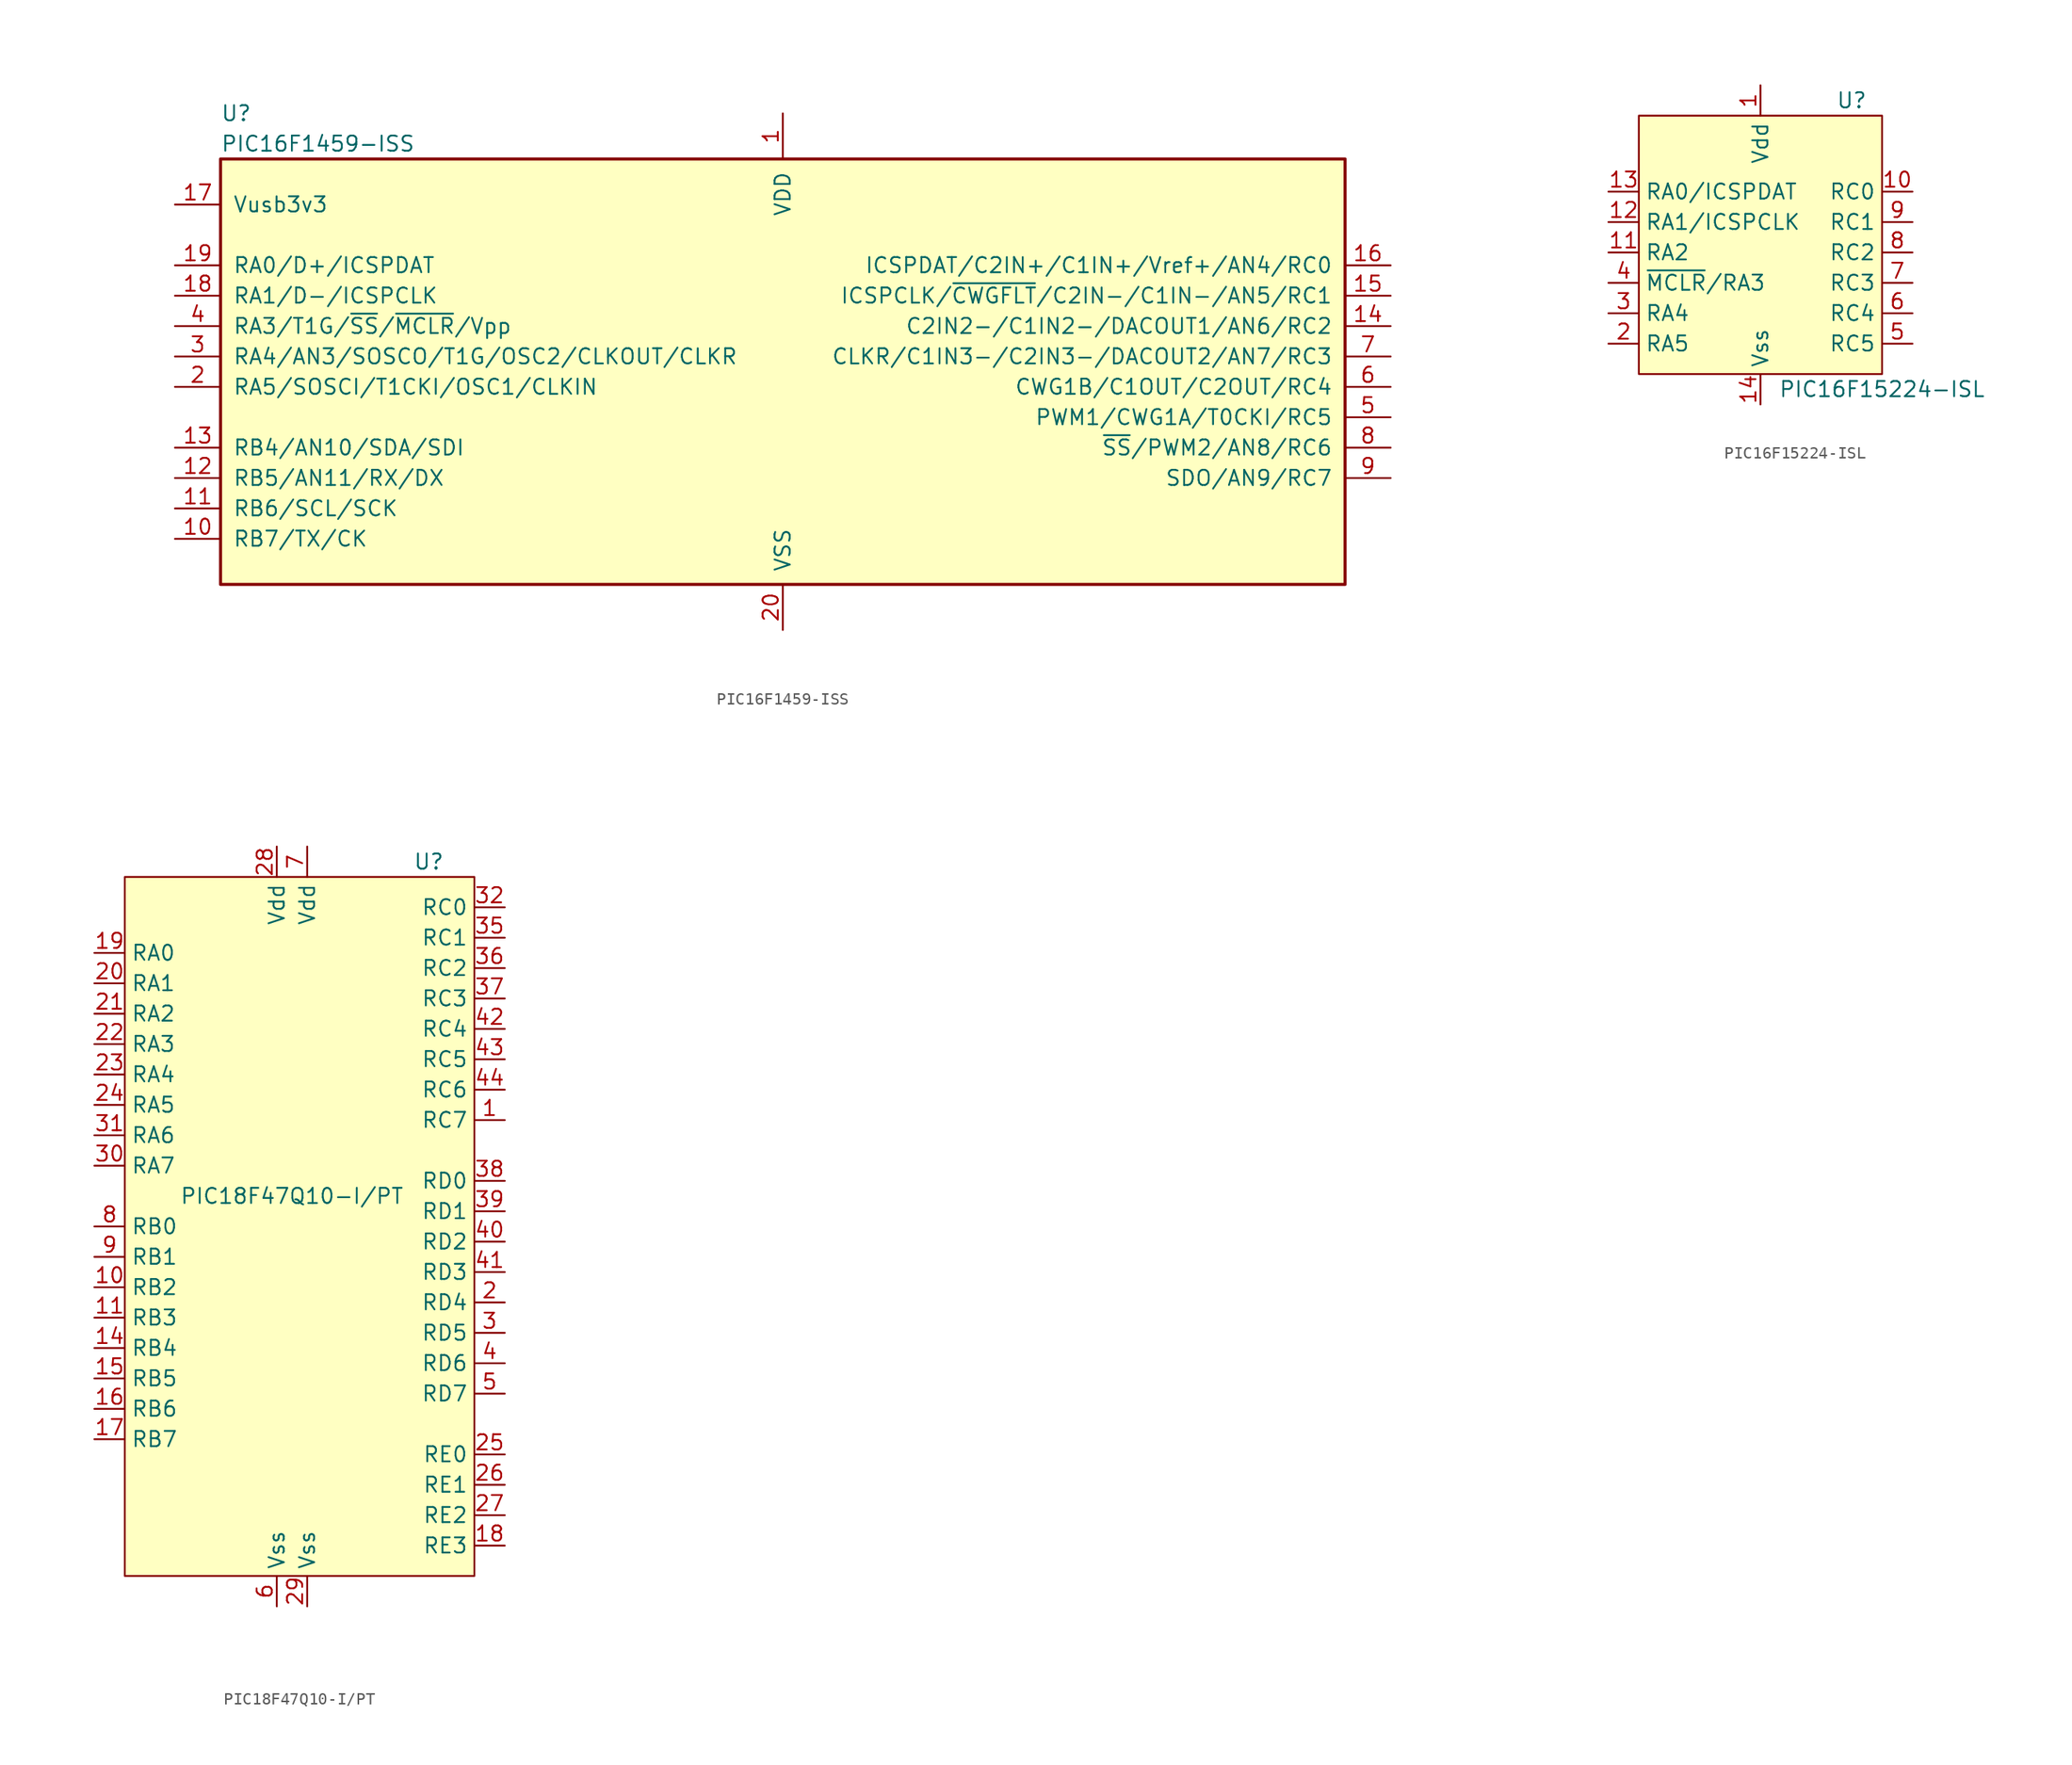
<source format=kicad_sym>
(kicad_symbol_lib
  (version 20220914)
  (generator kicad_symbol_editor)
  (symbol "PIC16F1459-ISS"
    (pin_names
      (offset 1.016))
    (property "Reference" "U"
      (at -46.99 17.78 0)
      (effects (font (size 1.27 1.27)) (justify left)))
    (property "Value" "PIC16F1459-ISS"
      (at -46.99 15.24 0)
      (effects (font (size 1.27 1.27)) (justify left)))
    (symbol "PIC16F1459-ISS_0_1"
      (rectangle (start -46.99 13.97) (end 46.99 -21.59) (stroke (width 0.254) (type default)) (fill (type background))))
    (symbol "PIC16F1459-ISS_1_1"
      (pin power_in line (at 0 17.78 270) (length 3.81) (name "VDD" (effects (font (size 1.27 1.27)))) (number "1" (effects (font (size 1.27 1.27)))))
      (pin bidirectional line (at -50.8 -17.78 0) (length 3.81) (name "RB7/TX/CK" (effects (font (size 1.27 1.27)))) (number "10" (effects (font (size 1.27 1.27)))))
      (pin bidirectional line (at -50.8 -15.24 0) (length 3.81) (name "RB6/SCL/SCK" (effects (font (size 1.27 1.27)))) (number "11" (effects (font (size 1.27 1.27)))))
      (pin bidirectional line (at -50.8 -12.7 0) (length 3.81) (name "RB5/AN11/RX/DX" (effects (font (size 1.27 1.27)))) (number "12" (effects (font (size 1.27 1.27)))))
      (pin bidirectional line (at -50.8 -10.16 0) (length 3.81) (name "RB4/AN10/SDA/SDI" (effects (font (size 1.27 1.27)))) (number "13" (effects (font (size 1.27 1.27)))))
      (pin bidirectional line (at 50.8 0 180) (length 3.81) (name "C2IN2-/C1IN2-/DACOUT1/AN6/RC2" (effects (font (size 1.27 1.27)))) (number "14" (effects (font (size 1.27 1.27)))))
      (pin bidirectional line (at 50.8 2.54 180) (length 3.81) (name "ICSPCLK/~{CWGFLT}/C2IN-/C1IN-/AN5/RC1" (effects (font (size 1.27 1.27)))) (number "15" (effects (font (size 1.27 1.27)))))
      (pin bidirectional line (at 50.8 5.08 180) (length 3.81) (name "ICSPDAT/C2IN+/C1IN+/Vref+/AN4/RC0" (effects (font (size 1.27 1.27)))) (number "16" (effects (font (size 1.27 1.27)))))
      (pin bidirectional line (at -50.8 10.16 0) (length 3.81) (name "Vusb3v3" (effects (font (size 1.27 1.27)))) (number "17" (effects (font (size 1.27 1.27)))))
      (pin bidirectional line (at -50.8 2.54 0) (length 3.81) (name "RA1/D-/ICSPCLK" (effects (font (size 1.27 1.27)))) (number "18" (effects (font (size 1.27 1.27)))))
      (pin bidirectional line (at -50.8 5.08 0) (length 3.81) (name "RA0/D+/ICSPDAT" (effects (font (size 1.27 1.27)))) (number "19" (effects (font (size 1.27 1.27)))))
      (pin bidirectional line (at -50.8 -5.08 0) (length 3.81) (name "RA5/SOSCI/T1CKI/OSC1/CLKIN" (effects (font (size 1.27 1.27)))) (number "2" (effects (font (size 1.27 1.27)))))
      (pin power_in line (at 0 -25.4 90) (length 3.81) (name "VSS" (effects (font (size 1.27 1.27)))) (number "20" (effects (font (size 1.27 1.27)))))
      (pin bidirectional line (at -50.8 -2.54 0) (length 3.81) (name "RA4/AN3/SOSCO/T1G/OSC2/CLKOUT/CLKR" (effects (font (size 1.27 1.27)))) (number "3" (effects (font (size 1.27 1.27)))))
      (pin input line (at -50.8 0 0) (length 3.81) (name "RA3/T1G/~{SS}/~{MCLR}/Vpp" (effects (font (size 1.27 1.27)))) (number "4" (effects (font (size 1.27 1.27)))))
      (pin bidirectional line (at 50.8 -7.62 180) (length 3.81) (name "PWM1/CWG1A/T0CKI/RC5" (effects (font (size 1.27 1.27)))) (number "5" (effects (font (size 1.27 1.27)))))
      (pin bidirectional line (at 50.8 -5.08 180) (length 3.81) (name "CWG1B/C1OUT/C2OUT/RC4" (effects (font (size 1.27 1.27)))) (number "6" (effects (font (size 1.27 1.27)))))
      (pin bidirectional line (at 50.8 -2.54 180) (length 3.81) (name "CLKR/C1IN3-/C2IN3-/DACOUT2/AN7/RC3" (effects (font (size 1.27 1.27)))) (number "7" (effects (font (size 1.27 1.27)))))
      (pin bidirectional line (at 50.8 -10.16 180) (length 3.81) (name "~{SS}/PWM2/AN8/RC6" (effects (font (size 1.27 1.27)))) (number "8" (effects (font (size 1.27 1.27)))))
      (pin bidirectional line (at 50.8 -12.7 180) (length 3.81) (name "SDO/AN9/RC7" (effects (font (size 1.27 1.27)))) (number "9" (effects (font (size 1.27 1.27)))))))
  (symbol "PIC16F15224-ISL"
    (property "Reference" "U"
      (at 7.62 12.7 0)
      (effects (font (size 1.27 1.27))))
    (property "Value" "PIC16F15224-ISL"
      (at 10.16 -11.43 0)
      (effects (font (size 1.27 1.27))))
    (symbol "PIC16F15224-ISL_0_1"
      (rectangle (start -10.16 11.43) (end 10.16 -10.16) (stroke (width 0) (type default)) (fill (type background))))
    (symbol "PIC16F15224-ISL_1_1"
      (pin power_in line (at 0 13.97 270) (length 2.54) (name "Vdd" (effects (font (size 1.27 1.27)))) (number "1" (effects (font (size 1.27 1.27)))))
      (pin bidirectional line (at 12.7 5.08 180) (length 2.54) (name "RC0" (effects (font (size 1.27 1.27)))) (number "10" (effects (font (size 1.27 1.27)))))
      (pin bidirectional line (at -12.7 0 0) (length 2.54) (name "RA2" (effects (font (size 1.27 1.27)))) (number "11" (effects (font (size 1.27 1.27)))))
      (pin bidirectional line (at -12.7 2.54 0) (length 2.54) (name "RA1/ICSPCLK" (effects (font (size 1.27 1.27)))) (number "12" (effects (font (size 1.27 1.27)))))
      (pin bidirectional line (at -12.7 5.08 0) (length 2.54) (name "RA0/ICSPDAT" (effects (font (size 1.27 1.27)))) (number "13" (effects (font (size 1.27 1.27)))))
      (pin passive line (at 0 -12.7 90) (length 2.54) (name "Vss" (effects (font (size 1.27 1.27)))) (number "14" (effects (font (size 1.27 1.27)))))
      (pin bidirectional line (at -12.7 -7.62 0) (length 2.54) (name "RA5" (effects (font (size 1.27 1.27)))) (number "2" (effects (font (size 1.27 1.27)))))
      (pin bidirectional line (at -12.7 -5.08 0) (length 2.54) (name "RA4" (effects (font (size 1.27 1.27)))) (number "3" (effects (font (size 1.27 1.27)))))
      (pin bidirectional line (at -12.7 -2.54 0) (length 2.54) (name "~{MCLR}/RA3" (effects (font (size 1.27 1.27)))) (number "4" (effects (font (size 1.27 1.27)))))
      (pin bidirectional line (at 12.7 -7.62 180) (length 2.54) (name "RC5" (effects (font (size 1.27 1.27)))) (number "5" (effects (font (size 1.27 1.27)))))
      (pin bidirectional line (at 12.7 -5.08 180) (length 2.54) (name "RC4" (effects (font (size 1.27 1.27)))) (number "6" (effects (font (size 1.27 1.27)))))
      (pin bidirectional line (at 12.7 -2.54 180) (length 2.54) (name "RC3" (effects (font (size 1.27 1.27)))) (number "7" (effects (font (size 1.27 1.27)))))
      (pin bidirectional line (at 12.7 0 180) (length 2.54) (name "RC2" (effects (font (size 1.27 1.27)))) (number "8" (effects (font (size 1.27 1.27)))))
      (pin bidirectional line (at 12.7 2.54 180) (length 2.54) (name "RC1" (effects (font (size 1.27 1.27)))) (number "9" (effects (font (size 1.27 1.27)))))))
  (symbol "PIC18F47Q10-I/PT"
    (property "Reference" "U"
      (at 11.43 29.21 0)
      (effects (font (size 1.27 1.27))))
    (property "Value" "PIC18F47Q10-I/PT"
      (at 0 1.27 0)
      (effects (font (size 1.27 1.27))))
    (symbol "PIC18F47Q10-I/PT_1_1"
      (rectangle (start -13.97 27.94) (end 15.24 -30.48) (stroke (width 0) (type default)) (fill (type background)))
      (pin passive line (at 17.78 7.62 180) (length 2.54) (name "RC7" (effects (font (size 1.27 1.27)))) (number "1" (effects (font (size 1.27 1.27)))))
      (pin passive line (at -16.51 -6.35 0) (length 2.54) (name "RB2" (effects (font (size 1.27 1.27)))) (number "10" (effects (font (size 1.27 1.27)))))
      (pin passive line (at -16.51 -8.89 0) (length 2.54) (name "RB3" (effects (font (size 1.27 1.27)))) (number "11" (effects (font (size 1.27 1.27)))))
      (pin passive line (at -16.51 -11.43 0) (length 2.54) (name "RB4" (effects (font (size 1.27 1.27)))) (number "14" (effects (font (size 1.27 1.27)))))
      (pin passive line (at -16.51 -13.97 0) (length 2.54) (name "RB5" (effects (font (size 1.27 1.27)))) (number "15" (effects (font (size 1.27 1.27)))))
      (pin passive line (at -16.51 -16.51 0) (length 2.54) (name "RB6" (effects (font (size 1.27 1.27)))) (number "16" (effects (font (size 1.27 1.27)))) (alternate "ICSPCLK" passive line))
      (pin passive line (at -16.51 -19.05 0) (length 2.54) (name "RB7" (effects (font (size 1.27 1.27)))) (number "17" (effects (font (size 1.27 1.27)))) (alternate "ICSPDAT" passive line))
      (pin passive line (at 17.78 -27.94 180) (length 2.54) (name "RE3" (effects (font (size 1.27 1.27)))) (number "18" (effects (font (size 1.27 1.27)))) (alternate "~{MCLR}" input line))
      (pin passive line (at -16.51 21.59 0) (length 2.54) (name "RA0" (effects (font (size 1.27 1.27)))) (number "19" (effects (font (size 1.27 1.27)))))
      (pin passive line (at 17.78 -7.62 180) (length 2.54) (name "RD4" (effects (font (size 1.27 1.27)))) (number "2" (effects (font (size 1.27 1.27)))))
      (pin passive line (at -16.51 19.05 0) (length 2.54) (name "RA1" (effects (font (size 1.27 1.27)))) (number "20" (effects (font (size 1.27 1.27)))))
      (pin passive line (at -16.51 16.51 0) (length 2.54) (name "RA2" (effects (font (size 1.27 1.27)))) (number "21" (effects (font (size 1.27 1.27)))))
      (pin passive line (at -16.51 13.97 0) (length 2.54) (name "RA3" (effects (font (size 1.27 1.27)))) (number "22" (effects (font (size 1.27 1.27)))))
      (pin passive line (at -16.51 11.43 0) (length 2.54) (name "RA4" (effects (font (size 1.27 1.27)))) (number "23" (effects (font (size 1.27 1.27)))))
      (pin passive line (at -16.51 8.89 0) (length 2.54) (name "RA5" (effects (font (size 1.27 1.27)))) (number "24" (effects (font (size 1.27 1.27)))))
      (pin passive line (at 17.78 -20.32 180) (length 2.54) (name "RE0" (effects (font (size 1.27 1.27)))) (number "25" (effects (font (size 1.27 1.27)))))
      (pin passive line (at 17.78 -22.86 180) (length 2.54) (name "RE1" (effects (font (size 1.27 1.27)))) (number "26" (effects (font (size 1.27 1.27)))))
      (pin passive line (at 17.78 -25.4 180) (length 2.54) (name "RE2" (effects (font (size 1.27 1.27)))) (number "27" (effects (font (size 1.27 1.27)))))
      (pin passive line (at -1.27 30.48 270) (length 2.54) (name "Vdd" (effects (font (size 1.27 1.27)))) (number "28" (effects (font (size 1.27 1.27)))))
      (pin passive line (at 1.27 -33.02 90) (length 2.54) (name "Vss" (effects (font (size 1.27 1.27)))) (number "29" (effects (font (size 1.27 1.27)))))
      (pin passive line (at 17.78 -10.16 180) (length 2.54) (name "RD5" (effects (font (size 1.27 1.27)))) (number "3" (effects (font (size 1.27 1.27)))))
      (pin passive line (at -16.51 3.81 0) (length 2.54) (name "RA7" (effects (font (size 1.27 1.27)))) (number "30" (effects (font (size 1.27 1.27)))))
      (pin passive line (at -16.51 6.35 0) (length 2.54) (name "RA6" (effects (font (size 1.27 1.27)))) (number "31" (effects (font (size 1.27 1.27)))))
      (pin passive line (at 17.78 25.4 180) (length 2.54) (name "RC0" (effects (font (size 1.27 1.27)))) (number "32" (effects (font (size 1.27 1.27)))))
      (pin passive line (at 17.78 22.86 180) (length 2.54) (name "RC1" (effects (font (size 1.27 1.27)))) (number "35" (effects (font (size 1.27 1.27)))))
      (pin passive line (at 17.78 20.32 180) (length 2.54) (name "RC2" (effects (font (size 1.27 1.27)))) (number "36" (effects (font (size 1.27 1.27)))))
      (pin passive line (at 17.78 17.78 180) (length 2.54) (name "RC3" (effects (font (size 1.27 1.27)))) (number "37" (effects (font (size 1.27 1.27)))))
      (pin passive line (at 17.78 2.54 180) (length 2.54) (name "RD0" (effects (font (size 1.27 1.27)))) (number "38" (effects (font (size 1.27 1.27)))))
      (pin passive line (at 17.78 0 180) (length 2.54) (name "RD1" (effects (font (size 1.27 1.27)))) (number "39" (effects (font (size 1.27 1.27)))))
      (pin passive line (at 17.78 -12.7 180) (length 2.54) (name "RD6" (effects (font (size 1.27 1.27)))) (number "4" (effects (font (size 1.27 1.27)))))
      (pin passive line (at 17.78 -2.54 180) (length 2.54) (name "RD2" (effects (font (size 1.27 1.27)))) (number "40" (effects (font (size 1.27 1.27)))))
      (pin passive line (at 17.78 -5.08 180) (length 2.54) (name "RD3" (effects (font (size 1.27 1.27)))) (number "41" (effects (font (size 1.27 1.27)))))
      (pin passive line (at 17.78 15.24 180) (length 2.54) (name "RC4" (effects (font (size 1.27 1.27)))) (number "42" (effects (font (size 1.27 1.27)))))
      (pin passive line (at 17.78 12.7 180) (length 2.54) (name "RC5" (effects (font (size 1.27 1.27)))) (number "43" (effects (font (size 1.27 1.27)))))
      (pin passive line (at 17.78 10.16 180) (length 2.54) (name "RC6" (effects (font (size 1.27 1.27)))) (number "44" (effects (font (size 1.27 1.27)))))
      (pin passive line (at 17.78 -15.24 180) (length 2.54) (name "RD7" (effects (font (size 1.27 1.27)))) (number "5" (effects (font (size 1.27 1.27)))))
      (pin passive line (at -1.27 -33.02 90) (length 2.54) (name "Vss" (effects (font (size 1.27 1.27)))) (number "6" (effects (font (size 1.27 1.27)))))
      (pin passive line (at 1.27 30.48 270) (length 2.54) (name "Vdd" (effects (font (size 1.27 1.27)))) (number "7" (effects (font (size 1.27 1.27)))))
      (pin passive line (at -16.51 -1.27 0) (length 2.54) (name "RB0" (effects (font (size 1.27 1.27)))) (number "8" (effects (font (size 1.27 1.27)))))
      (pin passive line (at -16.51 -3.81 0) (length 2.54) (name "RB1" (effects (font (size 1.27 1.27)))) (number "9" (effects (font (size 1.27 1.27))))))))
</source>
